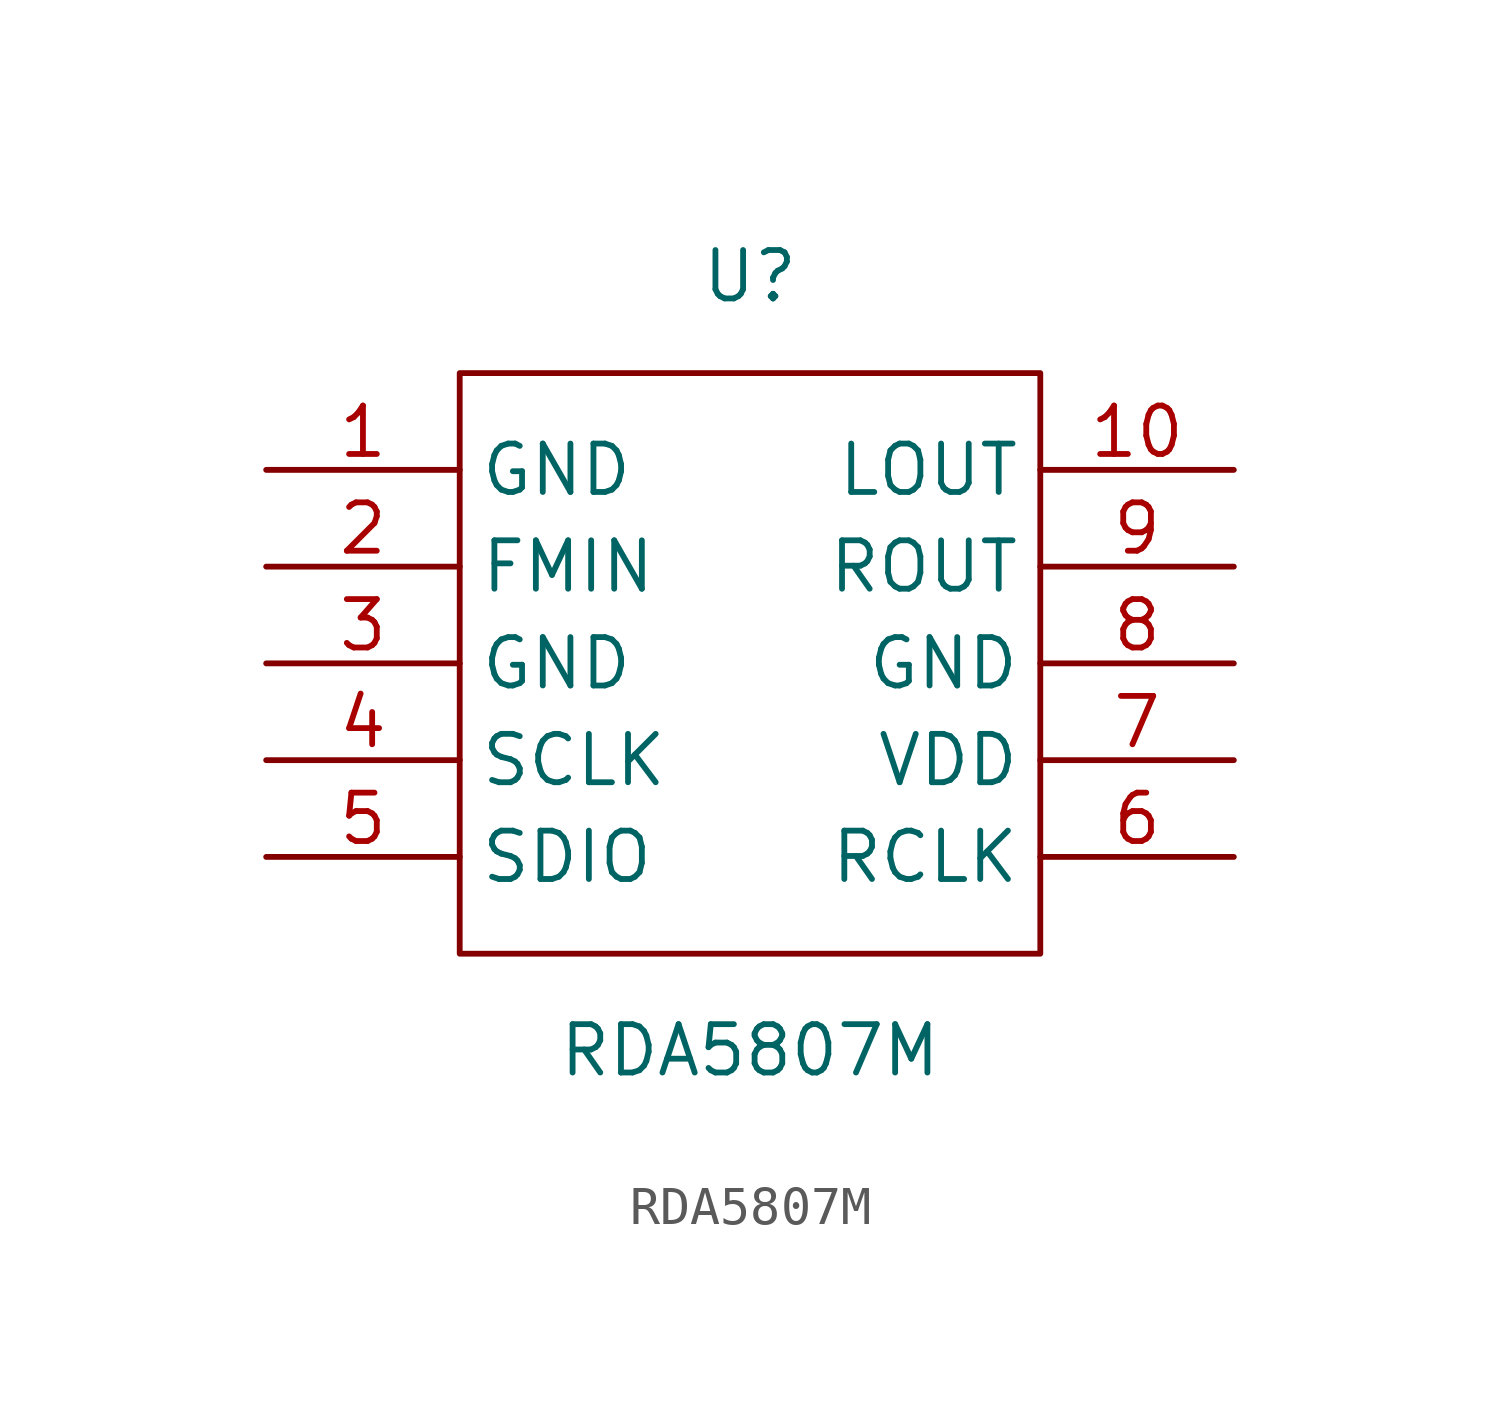
<source format=kicad_sym>
(kicad_symbol_lib
  (version 20220914)
  (generator kicad_symbol_editor)
  (symbol "RDA5807M"
    (property "Reference" "U"
      (at 0 10.16 0)
      (effects (font (size 1.27 1.27))))
    (property "Value" "RDA5807M"
      (at 0 -10.16 0)
      (effects (font (size 1.27 1.27))))
    (symbol "RDA5807M_0_1"
      (rectangle (start -7.62 7.62) (end 7.62 -7.62) (stroke (width 0) (type solid)) (fill (type none))))
    (symbol "RDA5807M_1_1"
      (pin power_out line (at -12.7 5.08 0) (length 5.08) (name "GND" (effects (font (size 1.27 1.27)))) (number "1" (effects (font (size 1.27 1.27)))))
      (pin output line (at 12.7 5.08 180) (length 5.08) (name "LOUT" (effects (font (size 1.27 1.27)))) (number "10" (effects (font (size 1.27 1.27)))))
      (pin input line (at -12.7 2.54 0) (length 5.08) (name "FMIN" (effects (font (size 1.27 1.27)))) (number "2" (effects (font (size 1.27 1.27)))))
      (pin power_in line (at -12.7 0 0) (length 5.08) (name "GND" (effects (font (size 1.27 1.27)))) (number "3" (effects (font (size 1.27 1.27)))))
      (pin input line (at -12.7 -2.54 0) (length 5.08) (name "SCLK" (effects (font (size 1.27 1.27)))) (number "4" (effects (font (size 1.27 1.27)))))
      (pin bidirectional line (at -12.7 -5.08 0) (length 5.08) (name "SDIO" (effects (font (size 1.27 1.27)))) (number "5" (effects (font (size 1.27 1.27)))))
      (pin input line (at 12.7 -5.08 180) (length 5.08) (name "RCLK" (effects (font (size 1.27 1.27)))) (number "6" (effects (font (size 1.27 1.27)))))
      (pin power_in line (at 12.7 -2.54 180) (length 5.08) (name "VDD" (effects (font (size 1.27 1.27)))) (number "7" (effects (font (size 1.27 1.27)))))
      (pin power_in line (at 12.7 0 180) (length 5.08) (name "GND" (effects (font (size 1.27 1.27)))) (number "8" (effects (font (size 1.27 1.27)))))
      (pin output line (at 12.7 2.54 180) (length 5.08) (name "ROUT" (effects (font (size 1.27 1.27)))) (number "9" (effects (font (size 1.27 1.27))))))))
</source>
